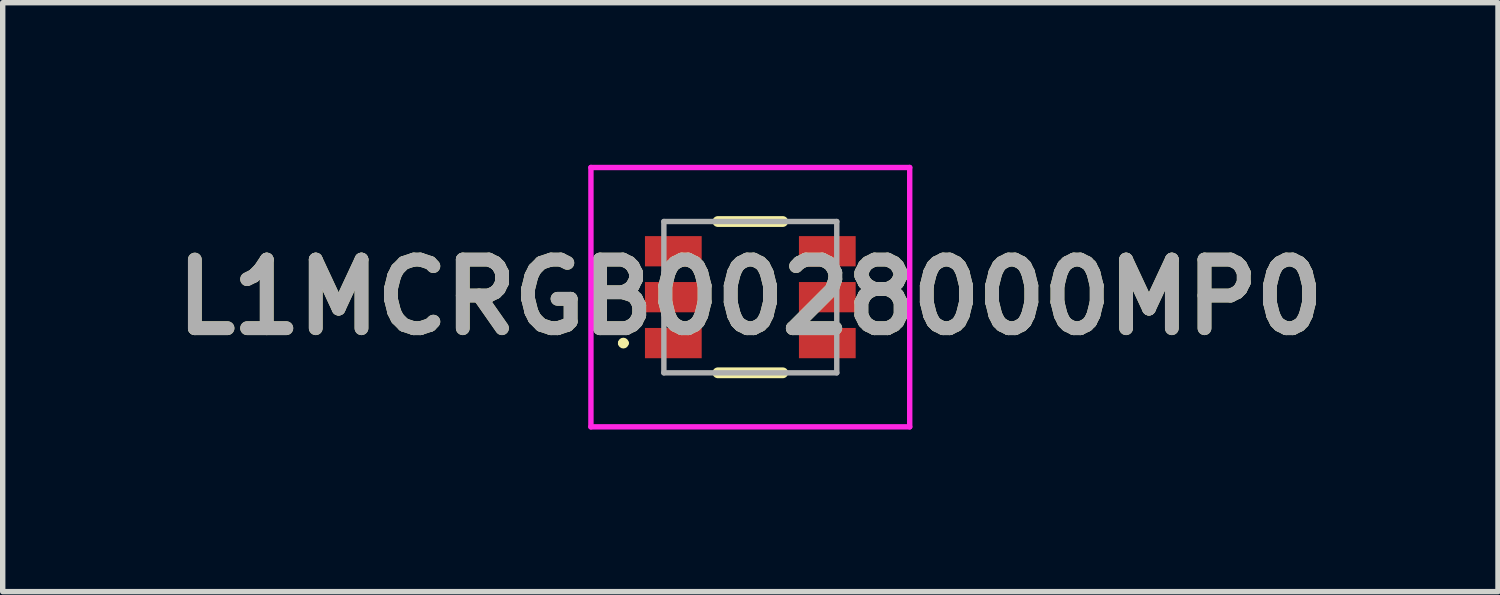
<source format=kicad_pcb>
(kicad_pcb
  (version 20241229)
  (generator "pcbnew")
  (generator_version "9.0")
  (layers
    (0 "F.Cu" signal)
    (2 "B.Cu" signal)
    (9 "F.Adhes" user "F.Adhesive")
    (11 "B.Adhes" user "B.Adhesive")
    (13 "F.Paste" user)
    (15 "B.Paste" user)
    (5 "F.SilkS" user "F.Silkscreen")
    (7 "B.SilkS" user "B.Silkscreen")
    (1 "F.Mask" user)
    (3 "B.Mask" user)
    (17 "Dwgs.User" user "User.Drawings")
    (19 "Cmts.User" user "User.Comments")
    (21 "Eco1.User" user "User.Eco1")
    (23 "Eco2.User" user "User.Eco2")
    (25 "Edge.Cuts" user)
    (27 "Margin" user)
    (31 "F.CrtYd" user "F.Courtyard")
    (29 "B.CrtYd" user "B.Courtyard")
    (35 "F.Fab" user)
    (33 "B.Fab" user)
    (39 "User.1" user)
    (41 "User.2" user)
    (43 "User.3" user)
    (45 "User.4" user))
  (footprint "L1MCRGB0028000MP0"
    (layer "F.Cu")
    (at 10.837 2.45)
    (property "Reference" "L1MCRGB0028000MP0" (at 0 0 0) (layer "F.SilkS") (effects (font (size 1.27 1.27) (thickness 0.254))))
    (attr smd)
    (fp_line (start -2.4 0.85) (end -2.4 0.85) (stroke (width 0.1) (type solid)) (layer "F.SilkS"))
    (fp_line (start -2.3 0.85) (end -2.3 0.85) (stroke (width 0.1) (type solid)) (layer "F.SilkS"))
    (fp_line (start -0.6 -1.4) (end 0.6 -1.4) (stroke (width 0.2) (type solid)) (layer "F.SilkS"))
    (fp_line (start -0.6 1.4) (end 0.6 1.4) (stroke (width 0.2) (type solid)) (layer "F.SilkS"))
    (fp_arc (start -2.4 0.85) (mid -2.35 0.8) (end -2.3 0.85) (stroke (width 0.1) (type solid)) (layer "F.SilkS"))
    (fp_arc (start -2.3 0.85) (mid -2.35 0.9) (end -2.4 0.85) (stroke (width 0.1) (type solid)) (layer "F.SilkS"))
    (fp_line (start -2.95 -2.4) (end 2.95 -2.4) (stroke (width 0.1) (type solid)) (layer "F.CrtYd"))
    (fp_line (start -2.95 2.4) (end -2.95 -2.4) (stroke (width 0.1) (type solid)) (layer "F.CrtYd"))
    (fp_line (start 2.95 -2.4) (end 2.95 2.4) (stroke (width 0.1) (type solid)) (layer "F.CrtYd"))
    (fp_line (start 2.95 2.4) (end -2.95 2.4) (stroke (width 0.1) (type solid)) (layer "F.CrtYd"))
    (fp_line (start -1.6 -1.4) (end 1.6 -1.4) (stroke (width 0.1) (type solid)) (layer "F.Fab"))
    (fp_line (start -1.6 1.4) (end -1.6 -1.4) (stroke (width 0.1) (type solid)) (layer "F.Fab"))
    (fp_line (start 1.6 -1.4) (end 1.6 1.4) (stroke (width 0.1) (type solid)) (layer "F.Fab"))
    (fp_line (start 1.6 1.4) (end -1.6 1.4) (stroke (width 0.1) (type solid)) (layer "F.Fab"))
    (fp_text user "${REFERENCE}" (at 0 0 0) (layer "F.Fab") (effects (font (size 1.27 1.27) (thickness 0.254))))
    (pad "1" smd rect (at -1.425 0.85 90) (size 0.56 1.05) (layers "F.Cu" "F.Mask" "F.Paste"))
    (pad "2" smd rect (at 1.425 0.85 90) (size 0.56 1.05) (layers "F.Cu" "F.Mask" "F.Paste"))
    (pad "3" smd rect (at -1.425 0 90) (size 0.56 1.05) (layers "F.Cu" "F.Mask" "F.Paste"))
    (pad "4" smd rect (at 1.425 0 90) (size 0.56 1.05) (layers "F.Cu" "F.Mask" "F.Paste"))
    (pad "5" smd rect (at -1.425 -0.85 90) (size 0.56 1.05) (layers "F.Cu" "F.Mask" "F.Paste"))
    (pad "6" smd rect (at 1.425 -0.85 90) (size 0.56 1.05) (layers "F.Cu" "F.Mask" "F.Paste")))
  (gr_rect
    (start -3 -3)
    (end 24.675 7.9)
    (stroke (width 0.1) (type default))
    (fill no)
    (layer "Edge.Cuts")))
</source>
